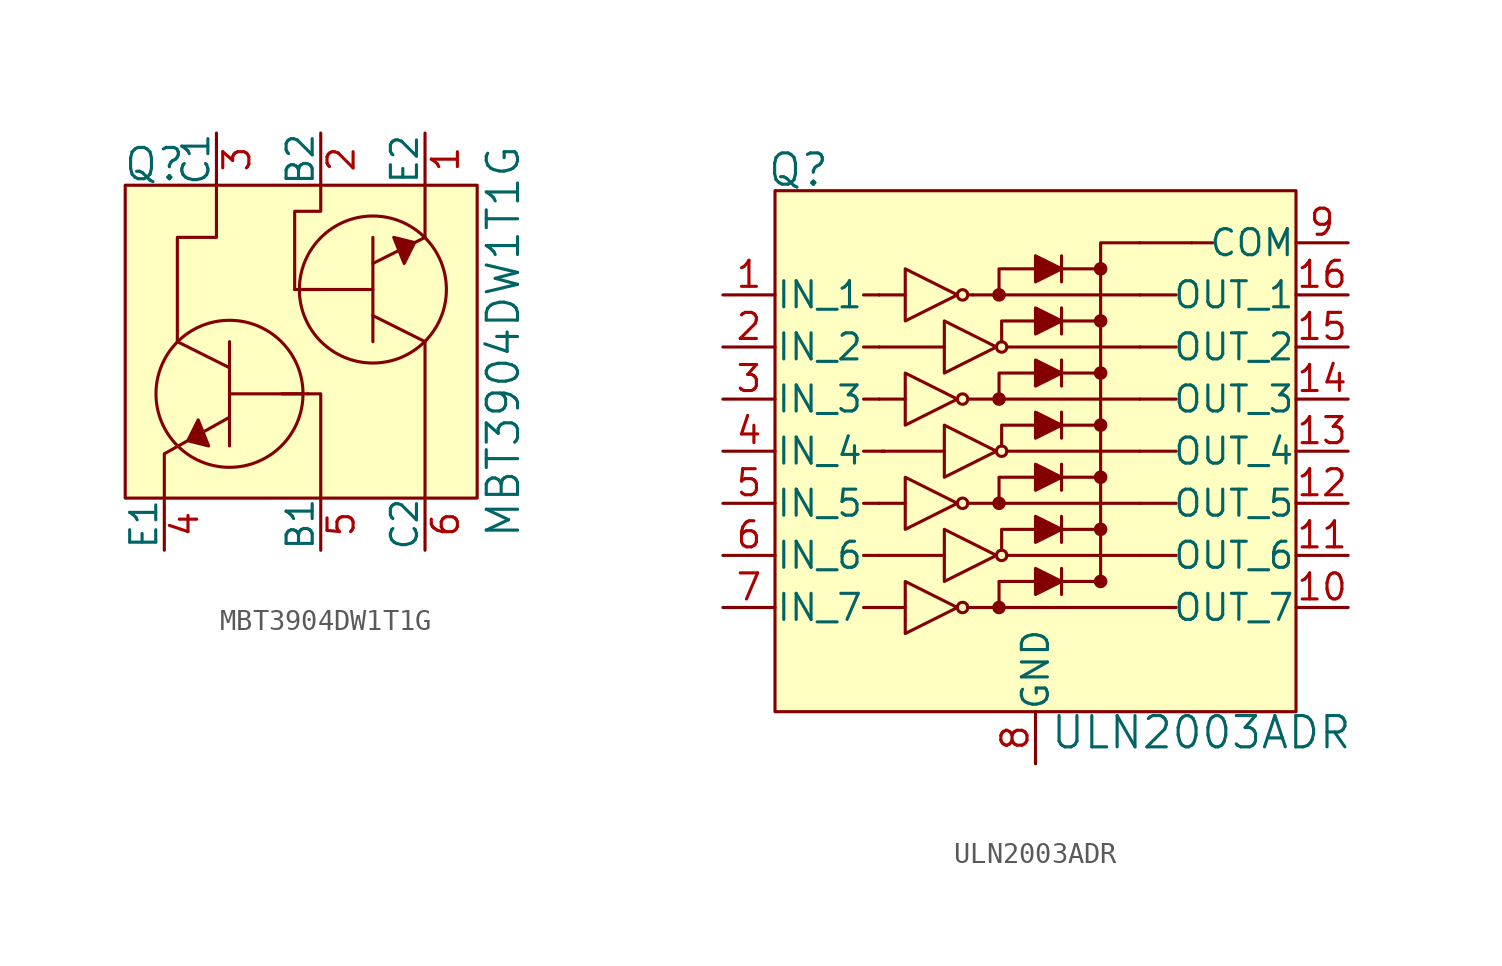
<source format=kicad_sym>
(kicad_symbol_lib
  (version 20220914)
  (generator kicad_symbol_editor)
  (symbol "MBT3904DW1T1G"
    (pin_names
      (offset 0))
    (property "Reference" "Q"
      (at -9.652 8.636 0)
      (effects (font (size 1.524 1.524)) (justify left)))
    (property "Value" "MBT3904DW1T1G"
      (at 8.89 0 90)
      (effects (font (size 1.524 1.524))))
    (symbol "MBT3904DW1T1G_0_1"
      (rectangle (start -9.525 7.62) (end 7.62 -7.62) (stroke (width 0) (type default)) (fill (type background)))
      (circle (center -4.445 -2.54) (radius 3.581) (stroke (width 0) (type default)) (fill (type none)))
      (polyline (pts (xy -4.445 -1.27) (xy -6.985 0)) (stroke (width 0) (type default)) (fill (type none)))
      (polyline (pts (xy -4.445 0) (xy -4.445 -5.08)) (stroke (width 0) (type default)) (fill (type none)))
      (polyline (pts (xy -1.27 2.54) (xy 0 2.54)) (stroke (width 0) (type default)) (fill (type none)))
      (polyline (pts (xy -1.016 2.54) (xy 2.54 2.54)) (stroke (width 0) (type default)) (fill (type none)))
      (polyline (pts (xy -0.889 -2.54) (xy -4.445 -2.54)) (stroke (width 0) (type default)) (fill (type none)))
      (polyline (pts (xy -0.635 -2.54) (xy -1.905 -2.54)) (stroke (width 0) (type default)) (fill (type none)))
      (polyline (pts (xy 2.54 0) (xy 2.54 5.08)) (stroke (width 0) (type default)) (fill (type none)))
      (polyline (pts (xy 2.54 1.27) (xy 5.08 0)) (stroke (width 0) (type default)) (fill (type none)))
      (polyline (pts (xy 2.54 3.81) (xy 5.08 5.08)) (stroke (width 0) (type default)) (fill (type none)))
      (polyline (pts (xy 5.08 5.08) (xy 5.08 7.62)) (stroke (width 0) (type default)) (fill (type none)))
      (polyline (pts (xy -4.445 -3.683) (xy -7.62 -5.461) (xy -7.62 -7.62)) (stroke (width 0) (type default)) (fill (type none)))
      (polyline (pts (xy -0.635 -2.54) (xy 0 -2.54) (xy 0 -7.62)) (stroke (width 0) (type default)) (fill (type none)))
      (polyline (pts (xy 5.08 0) (xy 5.08 -6.985) (xy 5.08 -7.62)) (stroke (width 0) (type default)) (fill (type none)))
      (polyline (pts (xy -6.985 0) (xy -6.985 5.08) (xy -5.08 5.08) (xy -5.08 7.62)) (stroke (width 0) (type default)) (fill (type none)))
      (polyline (pts (xy -5.969 -3.81) (xy -6.477 -4.826) (xy -5.461 -5.08) (xy -5.969 -3.81)) (stroke (width 0) (type default)) (fill (type outline)))
      (polyline (pts (xy -1.27 2.54) (xy -1.27 6.35) (xy 0 6.35) (xy 0 7.62)) (stroke (width 0) (type default)) (fill (type none)))
      (polyline (pts (xy 4.064 3.81) (xy 4.572 4.826) (xy 3.556 5.08) (xy 4.064 3.81)) (stroke (width 0) (type default)) (fill (type outline)))
      (circle (center 2.54 2.54) (radius 3.581) (stroke (width 0) (type default)) (fill (type none))))
    (symbol "MBT3904DW1T1G_1_1"
      (pin passive line (at 5.08 10.16 270) (length 2.54) (name "E2" (effects (font (size 1.27 1.27)))) (number "1" (effects (font (size 1.27 1.27)))))
      (pin input line (at 0 10.16 270) (length 2.54) (name "B2" (effects (font (size 1.27 1.27)))) (number "2" (effects (font (size 1.27 1.27)))))
      (pin passive line (at -5.08 10.16 270) (length 2.54) (name "C1" (effects (font (size 1.27 1.27)))) (number "3" (effects (font (size 1.27 1.27)))))
      (pin passive line (at -7.62 -10.16 90) (length 2.54) (name "E1" (effects (font (size 1.27 1.27)))) (number "4" (effects (font (size 1.27 1.27)))))
      (pin input line (at 0 -10.16 90) (length 2.54) (name "B1" (effects (font (size 1.27 1.27)))) (number "5" (effects (font (size 1.27 1.27)))))
      (pin passive line (at 5.08 -10.16 90) (length 2.54) (name "C2" (effects (font (size 1.27 1.27)))) (number "6" (effects (font (size 1.27 1.27)))))))
  (symbol "ULN2003ADR"
    (pin_names
      (offset 0.025))
    (property "Reference" "Q"
      (at -11.557 13.716 0)
      (effects (font (size 1.524 1.524))))
    (property "Value" "ULN2003ADR"
      (at 0.686 -13.716 0)
      (effects (font (size 1.524 1.524)) (justify left)))
    (symbol "ULN2003ADR_0_1"
      (polyline (pts (xy -7.62 -7.62) (xy -8.382 -7.62)) (stroke (width 0) (type default)) (fill (type none)))
      (polyline (pts (xy -7.62 -5.08) (xy -8.382 -5.08)) (stroke (width 0) (type default)) (fill (type none)))
      (polyline (pts (xy -7.62 -2.54) (xy -8.382 -2.54)) (stroke (width 0) (type default)) (fill (type none)))
      (polyline (pts (xy -7.62 2.54) (xy -8.382 2.54)) (stroke (width 0) (type default)) (fill (type none)))
      (polyline (pts (xy -7.62 5.08) (xy -8.382 5.08)) (stroke (width 0) (type default)) (fill (type none)))
      (polyline (pts (xy -7.62 7.62) (xy -8.382 7.62)) (stroke (width 0) (type default)) (fill (type none)))
      (polyline (pts (xy -7.366 0) (xy -8.382 0)) (stroke (width 0) (type default)) (fill (type none)))
      (polyline (pts (xy 5.08 -5.08) (xy 6.858 -5.08)) (stroke (width 0) (type default)) (fill (type none)))
      (polyline (pts (xy 5.08 -2.54) (xy 6.858 -2.54)) (stroke (width 0) (type default)) (fill (type none)))
      (polyline (pts (xy 5.08 0) (xy 6.858 0)) (stroke (width 0) (type default)) (fill (type none)))
      (polyline (pts (xy 5.08 2.54) (xy 6.858 2.54)) (stroke (width 0) (type default)) (fill (type none)))
      (polyline (pts (xy 5.08 5.08) (xy 6.858 5.08)) (stroke (width 0) (type default)) (fill (type none)))
      (polyline (pts (xy 5.08 7.62) (xy 6.858 7.62)) (stroke (width 0) (type default)) (fill (type none)))
      (polyline (pts (xy 5.08 10.16) (xy 7.62 10.16)) (stroke (width 0) (type default)) (fill (type none)))
      (polyline (pts (xy 5.334 -7.62) (xy 6.858 -7.62)) (stroke (width 0) (type default)) (fill (type none)))
      (polyline (pts (xy 7.62 10.16) (xy 8.636 10.16)) (stroke (width 0) (type default)) (fill (type none))))
    (symbol "ULN2003ADR_1_1"
      (rectangle (start -12.7 12.7) (end 12.7 -12.7) (stroke (width 0) (type default)) (fill (type background)))
      (circle (center -3.556 -7.62) (radius 0.254) (stroke (width 0) (type default)) (fill (type none)))
      (circle (center -3.556 -2.54) (radius 0.254) (stroke (width 0) (type default)) (fill (type none)))
      (circle (center -3.556 2.54) (radius 0.254) (stroke (width 0) (type default)) (fill (type none)))
      (circle (center -3.556 7.62) (radius 0.254) (stroke (width 0) (type default)) (fill (type none)))
      (circle (center -1.778 -7.62) (radius 0.254) (stroke (width 0) (type default)) (fill (type outline)))
      (circle (center -1.778 -2.54) (radius 0.254) (stroke (width 0) (type default)) (fill (type outline)))
      (circle (center -1.778 2.54) (radius 0.254) (stroke (width 0) (type default)) (fill (type outline)))
      (circle (center -1.778 7.62) (radius 0.254) (stroke (width 0) (type default)) (fill (type outline)))
      (circle (center -1.651 -5.08) (radius 0.254) (stroke (width 0) (type default)) (fill (type none)))
      (circle (center -1.651 0) (radius 0.254) (stroke (width 0) (type default)) (fill (type none)))
      (circle (center -1.651 5.08) (radius 0.254) (stroke (width 0) (type default)) (fill (type none)))
      (polyline (pts (xy -7.62 -5.08) (xy -4.445 -5.08)) (stroke (width 0) (type default)) (fill (type none)))
      (polyline (pts (xy -7.62 5.08) (xy -4.445 5.08)) (stroke (width 0) (type default)) (fill (type none)))
      (polyline (pts (xy -7.493 0) (xy -4.445 0)) (stroke (width 0) (type default)) (fill (type none)))
      (polyline (pts (xy -6.35 -7.62) (xy -7.62 -7.62)) (stroke (width 0) (type default)) (fill (type none)))
      (polyline (pts (xy -6.35 -2.54) (xy -7.62 -2.54)) (stroke (width 0) (type default)) (fill (type none)))
      (polyline (pts (xy -6.35 2.54) (xy -7.62 2.54)) (stroke (width 0) (type default)) (fill (type none)))
      (polyline (pts (xy -6.35 7.62) (xy -7.62 7.62)) (stroke (width 0) (type default)) (fill (type none)))
      (polyline (pts (xy -3.302 -7.62) (xy 5.334 -7.62)) (stroke (width 0) (type default)) (fill (type none)))
      (polyline (pts (xy -3.302 -2.54) (xy 5.08 -2.54)) (stroke (width 0) (type default)) (fill (type none)))
      (polyline (pts (xy -3.302 2.54) (xy 5.08 2.54)) (stroke (width 0) (type default)) (fill (type none)))
      (polyline (pts (xy -3.302 7.62) (xy -3.048 7.62)) (stroke (width 0) (type default)) (fill (type none)))
      (polyline (pts (xy -3.048 7.62) (xy 5.08 7.62)) (stroke (width 0) (type default)) (fill (type none)))
      (polyline (pts (xy -1.397 -5.08) (xy 5.08 -5.08)) (stroke (width 0) (type default)) (fill (type none)))
      (polyline (pts (xy -1.397 0) (xy 5.08 0)) (stroke (width 0) (type default)) (fill (type none)))
      (polyline (pts (xy -1.397 5.08) (xy 5.08 5.08)) (stroke (width 0) (type default)) (fill (type none)))
      (polyline (pts (xy 1.27 -5.715) (xy 1.27 -6.985)) (stroke (width 0) (type default)) (fill (type none)))
      (polyline (pts (xy 1.27 -3.81) (xy 3.175 -3.81)) (stroke (width 0) (type default)) (fill (type none)))
      (polyline (pts (xy 1.27 -3.175) (xy 1.27 -4.445)) (stroke (width 0) (type default)) (fill (type none)))
      (polyline (pts (xy 1.27 -1.27) (xy 3.175 -1.27)) (stroke (width 0) (type default)) (fill (type none)))
      (polyline (pts (xy 1.27 -0.635) (xy 1.27 -1.905)) (stroke (width 0) (type default)) (fill (type none)))
      (polyline (pts (xy 1.27 1.27) (xy 3.175 1.27)) (stroke (width 0) (type default)) (fill (type none)))
      (polyline (pts (xy 1.27 1.905) (xy 1.27 0.635)) (stroke (width 0) (type default)) (fill (type none)))
      (polyline (pts (xy 1.27 3.81) (xy 3.175 3.81)) (stroke (width 0) (type default)) (fill (type none)))
      (polyline (pts (xy 1.27 4.445) (xy 1.27 3.175)) (stroke (width 0) (type default)) (fill (type none)))
      (polyline (pts (xy 1.27 6.35) (xy 3.175 6.35)) (stroke (width 0) (type default)) (fill (type none)))
      (polyline (pts (xy 1.27 6.985) (xy 1.27 5.715)) (stroke (width 0) (type default)) (fill (type none)))
      (polyline (pts (xy 1.27 8.89) (xy 3.175 8.89)) (stroke (width 0) (type default)) (fill (type none)))
      (polyline (pts (xy 1.27 9.525) (xy 1.27 8.255)) (stroke (width 0) (type default)) (fill (type none)))
      (polyline (pts (xy 3.175 -6.35) (xy 1.27 -6.35)) (stroke (width 0) (type default)) (fill (type none)))
      (polyline (pts (xy -1.778 -7.62) (xy -1.778 -6.35) (xy 0 -6.35)) (stroke (width 0) (type default)) (fill (type none)))
      (polyline (pts (xy -1.778 -2.54) (xy -1.778 -1.27) (xy 0 -1.27)) (stroke (width 0) (type default)) (fill (type none)))
      (polyline (pts (xy -1.778 2.54) (xy -1.778 3.81) (xy 0 3.81)) (stroke (width 0) (type default)) (fill (type none)))
      (polyline (pts (xy -1.651 -4.826) (xy -1.651 -3.81) (xy 0 -3.81)) (stroke (width 0) (type default)) (fill (type none)))
      (polyline (pts (xy -1.651 0.254) (xy -1.651 1.27) (xy 0.127 1.27)) (stroke (width 0) (type default)) (fill (type none)))
      (polyline (pts (xy -1.651 5.334) (xy -1.651 6.35) (xy 0.127 6.35)) (stroke (width 0) (type default)) (fill (type none)))
      (polyline (pts (xy 0 8.89) (xy -1.778 8.89) (xy -1.778 7.62)) (stroke (width 0) (type default)) (fill (type none)))
      (polyline (pts (xy 3.175 -6.35) (xy 3.175 10.16) (xy 5.08 10.16)) (stroke (width 0) (type default)) (fill (type none)))
      (polyline (pts (xy -6.35 -6.35) (xy -6.35 -8.89) (xy -3.81 -7.62) (xy -6.35 -6.35)) (stroke (width 0) (type default)) (fill (type none)))
      (polyline (pts (xy -6.35 -1.27) (xy -6.35 -3.81) (xy -3.81 -2.54) (xy -6.35 -1.27)) (stroke (width 0) (type default)) (fill (type none)))
      (polyline (pts (xy -6.35 3.81) (xy -6.35 1.27) (xy -3.81 2.54) (xy -6.35 3.81)) (stroke (width 0) (type default)) (fill (type none)))
      (polyline (pts (xy -6.35 8.89) (xy -6.35 6.35) (xy -3.81 7.62) (xy -6.35 8.89)) (stroke (width 0) (type default)) (fill (type none)))
      (polyline (pts (xy -4.445 -3.81) (xy -4.445 -6.35) (xy -1.905 -5.08) (xy -4.445 -3.81)) (stroke (width 0) (type default)) (fill (type none)))
      (polyline (pts (xy -4.445 1.27) (xy -4.445 -1.27) (xy -1.905 0) (xy -4.445 1.27)) (stroke (width 0) (type default)) (fill (type none)))
      (polyline (pts (xy -4.445 6.35) (xy -4.445 3.81) (xy -1.905 5.08) (xy -4.445 6.35)) (stroke (width 0) (type default)) (fill (type none)))
      (polyline (pts (xy 0 -5.715) (xy 0 -6.985) (xy 1.27 -6.35) (xy 0 -5.715)) (stroke (width 0) (type default)) (fill (type outline)))
      (polyline (pts (xy 0 -3.175) (xy 0 -4.445) (xy 1.27 -3.81) (xy 0 -3.175)) (stroke (width 0) (type default)) (fill (type outline)))
      (polyline (pts (xy 0 -0.635) (xy 0 -1.905) (xy 1.27 -1.27) (xy 0 -0.635)) (stroke (width 0) (type default)) (fill (type outline)))
      (polyline (pts (xy 0 1.905) (xy 0 0.635) (xy 1.27 1.27) (xy 0 1.905)) (stroke (width 0) (type default)) (fill (type outline)))
      (polyline (pts (xy 0 4.445) (xy 0 3.175) (xy 1.27 3.81) (xy 0 4.445)) (stroke (width 0) (type default)) (fill (type outline)))
      (polyline (pts (xy 0 6.985) (xy 0 5.715) (xy 1.27 6.35) (xy 0 6.985)) (stroke (width 0) (type default)) (fill (type outline)))
      (polyline (pts (xy 0 9.525) (xy 0 8.255) (xy 1.27 8.89) (xy 0 9.525)) (stroke (width 0) (type default)) (fill (type outline)))
      (circle (center 3.175 -6.35) (radius 0.254) (stroke (width 0) (type default)) (fill (type outline)))
      (circle (center 3.175 -3.81) (radius 0.254) (stroke (width 0) (type default)) (fill (type outline)))
      (circle (center 3.175 -1.27) (radius 0.254) (stroke (width 0) (type default)) (fill (type outline)))
      (circle (center 3.175 1.27) (radius 0.254) (stroke (width 0) (type default)) (fill (type outline)))
      (circle (center 3.175 3.81) (radius 0.254) (stroke (width 0) (type default)) (fill (type outline)))
      (circle (center 3.175 6.35) (radius 0.254) (stroke (width 0) (type default)) (fill (type outline)))
      (circle (center 3.175 8.89) (radius 0.254) (stroke (width 0) (type default)) (fill (type outline)))
      (pin input line (at -15.24 7.62 0) (length 2.54) (name "IN_1" (effects (font (size 1.27 1.27)))) (number "1" (effects (font (size 1.27 1.27)))))
      (pin output line (at 15.24 -7.62 180) (length 2.54) (name "OUT_7" (effects (font (size 1.27 1.27)))) (number "10" (effects (font (size 1.27 1.27)))))
      (pin output line (at 15.24 -5.08 180) (length 2.54) (name "OUT_6" (effects (font (size 1.27 1.27)))) (number "11" (effects (font (size 1.27 1.27)))))
      (pin output line (at 15.24 -2.54 180) (length 2.54) (name "OUT_5" (effects (font (size 1.27 1.27)))) (number "12" (effects (font (size 1.27 1.27)))))
      (pin output line (at 15.24 0 180) (length 2.54) (name "OUT_4" (effects (font (size 1.27 1.27)))) (number "13" (effects (font (size 1.27 1.27)))))
      (pin output line (at 15.24 2.54 180) (length 2.54) (name "OUT_3" (effects (font (size 1.27 1.27)))) (number "14" (effects (font (size 1.27 1.27)))))
      (pin output line (at 15.24 5.08 180) (length 2.54) (name "OUT_2" (effects (font (size 1.27 1.27)))) (number "15" (effects (font (size 1.27 1.27)))))
      (pin output line (at 15.24 7.62 180) (length 2.54) (name "OUT_1" (effects (font (size 1.27 1.27)))) (number "16" (effects (font (size 1.27 1.27)))))
      (pin input line (at -15.24 5.08 0) (length 2.54) (name "IN_2" (effects (font (size 1.27 1.27)))) (number "2" (effects (font (size 1.27 1.27)))))
      (pin input line (at -15.24 2.54 0) (length 2.54) (name "IN_3" (effects (font (size 1.27 1.27)))) (number "3" (effects (font (size 1.27 1.27)))))
      (pin input line (at -15.24 0 0) (length 2.54) (name "IN_4" (effects (font (size 1.27 1.27)))) (number "4" (effects (font (size 1.27 1.27)))))
      (pin input line (at -15.24 -2.54 0) (length 2.54) (name "IN_5" (effects (font (size 1.27 1.27)))) (number "5" (effects (font (size 1.27 1.27)))))
      (pin input line (at -15.24 -5.08 0) (length 2.54) (name "IN_6" (effects (font (size 1.27 1.27)))) (number "6" (effects (font (size 1.27 1.27)))))
      (pin input line (at -15.24 -7.62 0) (length 2.54) (name "IN_7" (effects (font (size 1.27 1.27)))) (number "7" (effects (font (size 1.27 1.27)))))
      (pin power_in line (at 0 -15.24 90) (length 2.54) (name "GND" (effects (font (size 1.27 1.27)))) (number "8" (effects (font (size 1.27 1.27)))))
      (pin output line (at 15.24 10.16 180) (length 2.54) (name "COM" (effects (font (size 1.27 1.27)))) (number "9" (effects (font (size 1.27 1.27))))))))
</source>
